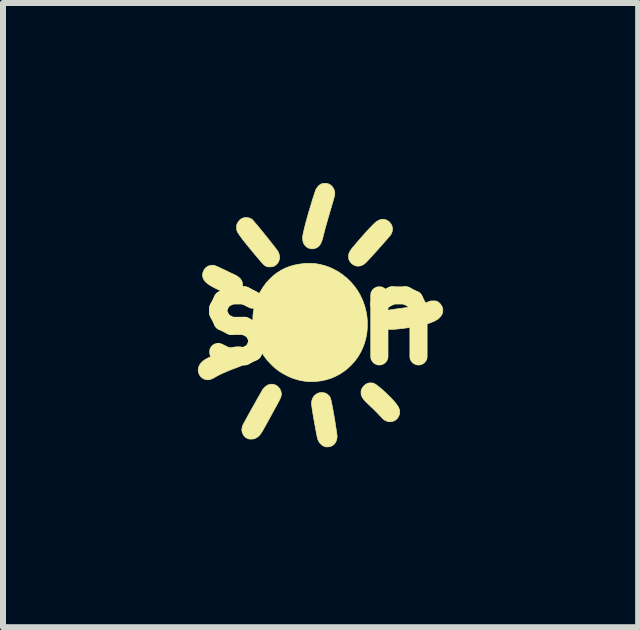
<source format=kicad_pcb>
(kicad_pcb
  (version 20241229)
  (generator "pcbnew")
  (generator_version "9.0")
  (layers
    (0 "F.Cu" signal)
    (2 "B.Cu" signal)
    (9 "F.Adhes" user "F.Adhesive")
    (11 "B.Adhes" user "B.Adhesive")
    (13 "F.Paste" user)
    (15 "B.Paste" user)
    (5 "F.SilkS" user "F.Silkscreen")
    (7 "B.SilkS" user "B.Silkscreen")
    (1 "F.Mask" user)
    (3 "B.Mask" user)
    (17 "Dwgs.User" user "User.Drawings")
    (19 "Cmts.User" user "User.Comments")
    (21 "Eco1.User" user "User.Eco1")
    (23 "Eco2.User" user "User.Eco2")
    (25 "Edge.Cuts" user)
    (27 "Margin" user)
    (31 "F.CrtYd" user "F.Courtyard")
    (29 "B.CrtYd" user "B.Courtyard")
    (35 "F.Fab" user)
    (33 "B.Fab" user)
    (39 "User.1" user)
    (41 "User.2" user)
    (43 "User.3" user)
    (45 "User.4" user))
  (footprint "sun"
    (layer "F.Cu")
    (at 2.293 2.2)
    (property "Reference" "sun" (at 0 0 0) (layer "F.SilkS") (effects (font (size 1.524 1.524) (thickness 0.3))))
    (attr through_hole)
    (fp_poly (pts (xy -1.769 -0.826) (xy -1.759 -0.822) (xy -1.743 -0.816) (xy -1.722 -0.807) (xy -1.697 -0.796) (xy -1.669 -0.783) (xy -1.639 -0.769) (xy -1.63 -0.764) (xy -1.597 -0.749) (xy -1.564 -0.733) (xy -1.532 -0.717) (xy -1.502 -0.703) (xy -1.477 -0.691) (xy -1.457 -0.682) (xy -1.456 -0.682) (xy -1.417 -0.663) (xy -1.384 -0.644) (xy -1.359 -0.625) (xy -1.338 -0.605) (xy -1.333 -0.599) (xy -1.314 -0.57) (xy -1.303 -0.537) (xy -1.3 -0.502) (xy -1.304 -0.466) (xy -1.316 -0.43) (xy -1.322 -0.417) (xy -1.342 -0.386) (xy -1.366 -0.362) (xy -1.389 -0.347) (xy -1.406 -0.339) (xy -1.42 -0.335) (xy -1.437 -0.332) (xy -1.448 -0.332) (xy -1.464 -0.332) (xy -1.479 -0.332) (xy -1.488 -0.333) (xy -1.488 -0.333) (xy -1.495 -0.335) (xy -1.508 -0.34) (xy -1.526 -0.347) (xy -1.546 -0.354) (xy -1.549 -0.356) (xy -1.619 -0.383) (xy -1.682 -0.411) (xy -1.74 -0.438) (xy -1.792 -0.465) (xy -1.837 -0.491) (xy -1.874 -0.516) (xy -1.905 -0.54) (xy -1.923 -0.558) (xy -1.945 -0.588) (xy -1.959 -0.619) (xy -1.967 -0.652) (xy -1.966 -0.684) (xy -1.965 -0.692) (xy -1.954 -0.728) (xy -1.937 -0.759) (xy -1.914 -0.786) (xy -1.887 -0.807) (xy -1.856 -0.821) (xy -1.823 -0.829) (xy -1.788 -0.829) (xy -1.769 -0.826)) (stroke (width 0.01) (type solid)) (fill yes) (layer "F.SilkS"))
    (fp_poly (pts (xy -1.352 0.531) (xy -1.336 0.532) (xy -1.324 0.534) (xy -1.314 0.536) (xy -1.304 0.541) (xy -1.295 0.545) (xy -1.265 0.564) (xy -1.241 0.588) (xy -1.224 0.617) (xy -1.212 0.648) (xy -1.208 0.681) (xy -1.21 0.715) (xy -1.219 0.748) (xy -1.235 0.778) (xy -1.245 0.793) (xy -1.256 0.805) (xy -1.269 0.817) (xy -1.283 0.827) (xy -1.302 0.838) (xy -1.325 0.848) (xy -1.353 0.86) (xy -1.389 0.874) (xy -1.399 0.878) (xy -1.467 0.903) (xy -1.527 0.927) (xy -1.581 0.95) (xy -1.63 0.971) (xy -1.673 0.991) (xy -1.712 1.011) (xy -1.748 1.031) (xy -1.761 1.039) (xy -1.794 1.057) (xy -1.824 1.07) (xy -1.85 1.078) (xy -1.874 1.081) (xy -1.899 1.08) (xy -1.913 1.077) (xy -1.946 1.066) (xy -1.977 1.047) (xy -2.002 1.022) (xy -2.021 0.993) (xy -2.034 0.959) (xy -2.04 0.926) (xy -2.037 0.893) (xy -2.032 0.871) (xy -2.018 0.837) (xy -1.996 0.805) (xy -1.977 0.785) (xy -1.962 0.771) (xy -1.946 0.759) (xy -1.929 0.747) (xy -1.909 0.735) (xy -1.884 0.721) (xy -1.855 0.706) (xy -1.779 0.669) (xy -1.697 0.633) (xy -1.61 0.598) (xy -1.515 0.562) (xy -1.441 0.537) (xy -1.428 0.534) (xy -1.408 0.532) (xy -1.383 0.531) (xy -1.374 0.531) (xy -1.352 0.531)) (stroke (width 0.01) (type solid)) (fill yes) (layer "F.SilkS"))
    (fp_poly (pts (xy 0.054 1.295) (xy 0.085 1.305) (xy 0.113 1.321) (xy 0.138 1.343) (xy 0.158 1.371) (xy 0.163 1.382) (xy 0.168 1.396) (xy 0.174 1.418) (xy 0.181 1.449) (xy 0.189 1.487) (xy 0.198 1.532) (xy 0.208 1.585) (xy 0.218 1.645) (xy 0.23 1.712) (xy 0.242 1.786) (xy 0.254 1.866) (xy 0.26 1.901) (xy 0.265 1.937) (xy 0.27 1.967) (xy 0.273 1.99) (xy 0.275 2.008) (xy 0.276 2.023) (xy 0.276 2.034) (xy 0.275 2.044) (xy 0.275 2.049) (xy 0.266 2.088) (xy 0.252 2.123) (xy 0.231 2.151) (xy 0.204 2.174) (xy 0.181 2.186) (xy 0.16 2.193) (xy 0.136 2.198) (xy 0.112 2.2) (xy 0.091 2.199) (xy 0.083 2.198) (xy 0.047 2.184) (xy 0.016 2.163) (xy -0.011 2.136) (xy -0.033 2.102) (xy -0.049 2.065) (xy -0.052 2.053) (xy -0.056 2.034) (xy -0.061 2.009) (xy -0.068 1.978) (xy -0.074 1.943) (xy -0.082 1.903) (xy -0.089 1.862) (xy -0.097 1.818) (xy -0.105 1.774) (xy -0.113 1.729) (xy -0.12 1.686) (xy -0.127 1.645) (xy -0.133 1.607) (xy -0.139 1.572) (xy -0.143 1.543) (xy -0.146 1.519) (xy -0.148 1.509) (xy -0.15 1.465) (xy -0.145 1.427) (xy -0.134 1.392) (xy -0.116 1.362) (xy -0.101 1.344) (xy -0.074 1.321) (xy -0.044 1.304) (xy -0.012 1.295) (xy 0.021 1.292) (xy 0.054 1.295)) (stroke (width 0.01) (type solid)) (fill yes) (layer "F.SilkS"))
    (fp_poly (pts (xy 0.855 1.133) (xy 0.872 1.135) (xy 0.888 1.14) (xy 0.904 1.148) (xy 0.923 1.159) (xy 0.944 1.175) (xy 0.97 1.196) (xy 0.972 1.196) (xy 1.022 1.238) (xy 1.07 1.281) (xy 1.115 1.323) (xy 1.158 1.365) (xy 1.196 1.405) (xy 1.231 1.444) (xy 1.26 1.479) (xy 1.283 1.512) (xy 1.301 1.54) (xy 1.302 1.544) (xy 1.315 1.577) (xy 1.32 1.611) (xy 1.318 1.645) (xy 1.315 1.658) (xy 1.301 1.692) (xy 1.282 1.722) (xy 1.258 1.746) (xy 1.23 1.764) (xy 1.198 1.776) (xy 1.165 1.781) (xy 1.13 1.778) (xy 1.111 1.772) (xy 1.094 1.766) (xy 1.079 1.759) (xy 1.065 1.751) (xy 1.051 1.74) (xy 1.035 1.726) (xy 1.017 1.707) (xy 0.994 1.683) (xy 0.989 1.678) (xy 0.969 1.656) (xy 0.944 1.63) (xy 0.917 1.603) (xy 0.889 1.575) (xy 0.862 1.549) (xy 0.852 1.54) (xy 0.817 1.507) (xy 0.789 1.48) (xy 0.765 1.457) (xy 0.746 1.438) (xy 0.731 1.421) (xy 0.718 1.407) (xy 0.709 1.394) (xy 0.701 1.382) (xy 0.694 1.37) (xy 0.692 1.365) (xy 0.684 1.348) (xy 0.679 1.335) (xy 0.676 1.322) (xy 0.675 1.307) (xy 0.675 1.293) (xy 0.676 1.273) (xy 0.677 1.259) (xy 0.681 1.247) (xy 0.686 1.233) (xy 0.688 1.23) (xy 0.704 1.204) (xy 0.725 1.179) (xy 0.75 1.158) (xy 0.773 1.145) (xy 0.787 1.139) (xy 0.799 1.135) (xy 0.813 1.133) (xy 0.832 1.133) (xy 0.836 1.133) (xy 0.855 1.133)) (stroke (width 0.01) (type solid)) (fill yes) (layer "F.SilkS"))
    (fp_poly (pts (xy 1.07 -1.592) (xy 1.101 -1.581) (xy 1.13 -1.564) (xy 1.156 -1.542) (xy 1.164 -1.532) (xy 1.184 -1.501) (xy 1.196 -1.467) (xy 1.2 -1.432) (xy 1.196 -1.397) (xy 1.183 -1.361) (xy 1.169 -1.335) (xy 1.163 -1.327) (xy 1.152 -1.315) (xy 1.137 -1.297) (xy 1.118 -1.274) (xy 1.096 -1.249) (xy 1.07 -1.22) (xy 1.043 -1.189) (xy 1.014 -1.156) (xy 0.984 -1.122) (xy 0.954 -1.088) (xy 0.923 -1.054) (xy 0.894 -1.022) (xy 0.866 -0.991) (xy 0.84 -0.962) (xy 0.816 -0.936) (xy 0.795 -0.914) (xy 0.779 -0.896) (xy 0.767 -0.884) (xy 0.739 -0.858) (xy 0.713 -0.839) (xy 0.688 -0.826) (xy 0.661 -0.818) (xy 0.657 -0.817) (xy 0.632 -0.814) (xy 0.61 -0.814) (xy 0.592 -0.817) (xy 0.56 -0.829) (xy 0.531 -0.847) (xy 0.505 -0.871) (xy 0.485 -0.899) (xy 0.48 -0.908) (xy 0.474 -0.921) (xy 0.471 -0.933) (xy 0.469 -0.945) (xy 0.468 -0.962) (xy 0.468 -0.974) (xy 0.468 -0.994) (xy 0.469 -1.008) (xy 0.472 -1.02) (xy 0.477 -1.033) (xy 0.482 -1.043) (xy 0.487 -1.055) (xy 0.493 -1.065) (xy 0.5 -1.076) (xy 0.508 -1.088) (xy 0.518 -1.102) (xy 0.531 -1.119) (xy 0.548 -1.138) (xy 0.568 -1.162) (xy 0.592 -1.191) (xy 0.618 -1.221) (xy 0.673 -1.285) (xy 0.724 -1.342) (xy 0.77 -1.394) (xy 0.811 -1.438) (xy 0.848 -1.477) (xy 0.879 -1.509) (xy 0.906 -1.534) (xy 0.928 -1.552) (xy 0.941 -1.562) (xy 0.965 -1.576) (xy 0.992 -1.587) (xy 1.018 -1.594) (xy 1.039 -1.596) (xy 1.07 -1.592)) (stroke (width 0.01) (type solid)) (fill yes) (layer "F.SilkS"))
    (fp_poly (pts (xy -1.215 -1.623) (xy -1.181 -1.614) (xy -1.15 -1.599) (xy -1.141 -1.593) (xy -1.135 -1.587) (xy -1.123 -1.574) (xy -1.108 -1.556) (xy -1.089 -1.534) (xy -1.066 -1.507) (xy -1.041 -1.478) (xy -1.014 -1.445) (xy -0.986 -1.41) (xy -0.956 -1.374) (xy -0.926 -1.336) (xy -0.896 -1.299) (xy -0.866 -1.262) (xy -0.838 -1.226) (xy -0.811 -1.192) (xy -0.786 -1.16) (xy -0.763 -1.131) (xy -0.744 -1.106) (xy -0.729 -1.086) (xy -0.717 -1.07) (xy -0.71 -1.06) (xy -0.71 -1.058) (xy -0.701 -1.04) (xy -0.693 -1.019) (xy -0.688 -1.003) (xy -0.682 -0.967) (xy -0.685 -0.932) (xy -0.695 -0.898) (xy -0.712 -0.867) (xy -0.735 -0.841) (xy -0.764 -0.82) (xy -0.774 -0.814) (xy -0.787 -0.808) (xy -0.8 -0.805) (xy -0.814 -0.803) (xy -0.834 -0.801) (xy -0.838 -0.801) (xy -0.865 -0.801) (xy -0.885 -0.804) (xy -0.895 -0.806) (xy -0.906 -0.811) (xy -0.916 -0.816) (xy -0.926 -0.822) (xy -0.936 -0.83) (xy -0.948 -0.84) (xy -0.961 -0.854) (xy -0.977 -0.871) (xy -0.997 -0.893) (xy -1.02 -0.92) (xy -1.047 -0.952) (xy -1.06 -0.967) (xy -1.117 -1.035) (xy -1.169 -1.098) (xy -1.215 -1.155) (xy -1.257 -1.206) (xy -1.293 -1.252) (xy -1.323 -1.293) (xy -1.348 -1.327) (xy -1.367 -1.355) (xy -1.381 -1.378) (xy -1.385 -1.387) (xy -1.392 -1.401) (xy -1.396 -1.413) (xy -1.398 -1.425) (xy -1.399 -1.441) (xy -1.399 -1.458) (xy -1.399 -1.479) (xy -1.398 -1.493) (xy -1.396 -1.505) (xy -1.391 -1.516) (xy -1.385 -1.53) (xy -1.364 -1.563) (xy -1.339 -1.59) (xy -1.31 -1.609) (xy -1.276 -1.621) (xy -1.25 -1.625) (xy -1.215 -1.623)) (stroke (width 0.01) (type solid)) (fill yes) (layer "F.SilkS"))
    (fp_poly (pts (xy 0.107 -2.193) (xy 0.135 -2.184) (xy 0.136 -2.184) (xy 0.164 -2.168) (xy 0.186 -2.151) (xy 0.203 -2.129) (xy 0.206 -2.126) (xy 0.221 -2.1) (xy 0.231 -2.073) (xy 0.237 -2.042) (xy 0.237 -2.04) (xy 0.238 -2.033) (xy 0.238 -2.025) (xy 0.238 -2.017) (xy 0.237 -2.007) (xy 0.234 -1.995) (xy 0.231 -1.98) (xy 0.227 -1.962) (xy 0.221 -1.94) (xy 0.213 -1.912) (xy 0.204 -1.879) (xy 0.192 -1.84) (xy 0.179 -1.794) (xy 0.167 -1.755) (xy 0.148 -1.691) (xy 0.132 -1.633) (xy 0.117 -1.582) (xy 0.104 -1.536) (xy 0.092 -1.494) (xy 0.081 -1.455) (xy 0.071 -1.418) (xy 0.062 -1.381) (xy 0.053 -1.346) (xy 0.043 -1.306) (xy 0.034 -1.273) (xy 0.026 -1.247) (xy 0.018 -1.225) (xy 0.01 -1.206) (xy 0.002 -1.191) (xy -0.006 -1.176) (xy -0.009 -1.171) (xy -0.032 -1.144) (xy -0.06 -1.123) (xy -0.092 -1.109) (xy -0.125 -1.102) (xy -0.16 -1.103) (xy -0.169 -1.105) (xy -0.204 -1.116) (xy -0.234 -1.134) (xy -0.259 -1.158) (xy -0.279 -1.187) (xy -0.292 -1.221) (xy -0.298 -1.259) (xy -0.298 -1.3) (xy -0.297 -1.314) (xy -0.294 -1.334) (xy -0.288 -1.361) (xy -0.281 -1.393) (xy -0.273 -1.43) (xy -0.263 -1.471) (xy -0.252 -1.513) (xy -0.241 -1.557) (xy -0.229 -1.6) (xy -0.222 -1.623) (xy -0.209 -1.671) (xy -0.195 -1.719) (xy -0.181 -1.767) (xy -0.166 -1.815) (xy -0.152 -1.862) (xy -0.139 -1.907) (xy -0.126 -1.948) (xy -0.113 -1.986) (xy -0.103 -2.02) (xy -0.093 -2.048) (xy -0.085 -2.071) (xy -0.08 -2.086) (xy -0.077 -2.091) (xy -0.059 -2.121) (xy -0.037 -2.148) (xy -0.013 -2.169) (xy 0.013 -2.184) (xy 0.015 -2.185) (xy 0.045 -2.193) (xy 0.076 -2.195) (xy 0.107 -2.193)) (stroke (width 0.01) (type solid)) (fill yes) (layer "F.SilkS"))
    (fp_poly (pts (xy 1.88 -0.234) (xy 1.902 -0.234) (xy 1.917 -0.233) (xy 1.93 -0.231) (xy 1.941 -0.227) (xy 1.944 -0.225) (xy 1.973 -0.207) (xy 1.999 -0.181) (xy 2.02 -0.149) (xy 2.022 -0.145) (xy 2.03 -0.128) (xy 2.035 -0.115) (xy 2.037 -0.102) (xy 2.038 -0.085) (xy 2.038 -0.076) (xy 2.038 -0.057) (xy 2.037 -0.044) (xy 2.033 -0.031) (xy 2.027 -0.017) (xy 2.022 -0.008) (xy 2.006 0.019) (xy 1.985 0.044) (xy 1.958 0.067) (xy 1.926 0.088) (xy 1.887 0.108) (xy 1.841 0.127) (xy 1.787 0.145) (xy 1.726 0.162) (xy 1.7 0.169) (xy 1.638 0.183) (xy 1.57 0.196) (xy 1.496 0.208) (xy 1.413 0.219) (xy 1.323 0.23) (xy 1.295 0.233) (xy 1.251 0.237) (xy 1.214 0.24) (xy 1.183 0.241) (xy 1.158 0.24) (xy 1.138 0.239) (xy 1.121 0.235) (xy 1.113 0.233) (xy 1.08 0.217) (xy 1.052 0.196) (xy 1.03 0.171) (xy 1.014 0.143) (xy 1.004 0.113) (xy 1 0.082) (xy 1.003 0.05) (xy 1.011 0.02) (xy 1.026 -0.008) (xy 1.047 -0.034) (xy 1.075 -0.056) (xy 1.087 -0.062) (xy 1.095 -0.067) (xy 1.104 -0.071) (xy 1.112 -0.074) (xy 1.122 -0.077) (xy 1.134 -0.08) (xy 1.149 -0.083) (xy 1.168 -0.086) (xy 1.191 -0.09) (xy 1.22 -0.094) (xy 1.254 -0.099) (xy 1.296 -0.105) (xy 1.338 -0.11) (xy 1.371 -0.115) (xy 1.402 -0.119) (xy 1.431 -0.123) (xy 1.455 -0.126) (xy 1.474 -0.129) (xy 1.487 -0.131) (xy 1.488 -0.131) (xy 1.539 -0.141) (xy 1.589 -0.152) (xy 1.637 -0.164) (xy 1.682 -0.176) (xy 1.721 -0.189) (xy 1.75 -0.2) (xy 1.777 -0.211) (xy 1.798 -0.22) (xy 1.815 -0.226) (xy 1.827 -0.23) (xy 1.838 -0.233) (xy 1.849 -0.234) (xy 1.86 -0.234) (xy 1.874 -0.234) (xy 1.88 -0.234)) (stroke (width 0.01) (type solid)) (fill yes) (layer "F.SilkS"))
    (fp_poly (pts (xy -0.791 1.155) (xy -0.756 1.165) (xy -0.725 1.182) (xy -0.699 1.205) (xy -0.677 1.234) (xy -0.662 1.268) (xy -0.656 1.29) (xy -0.653 1.306) (xy -0.652 1.319) (xy -0.654 1.333) (xy -0.657 1.351) (xy -0.659 1.357) (xy -0.661 1.364) (xy -0.663 1.372) (xy -0.667 1.382) (xy -0.672 1.393) (xy -0.679 1.407) (xy -0.688 1.424) (xy -0.698 1.444) (xy -0.711 1.469) (xy -0.727 1.498) (xy -0.746 1.533) (xy -0.768 1.573) (xy -0.794 1.62) (xy -0.823 1.673) (xy -0.826 1.68) (xy -0.856 1.734) (xy -0.882 1.781) (xy -0.905 1.822) (xy -0.924 1.857) (xy -0.941 1.887) (xy -0.955 1.912) (xy -0.967 1.932) (xy -0.977 1.95) (xy -0.986 1.963) (xy -0.993 1.975) (xy -1 1.984) (xy -1.005 1.992) (xy -1.011 1.998) (xy -1.016 2.004) (xy -1.018 2.005) (xy -1.037 2.025) (xy -1.056 2.039) (xy -1.076 2.051) (xy -1.079 2.052) (xy -1.095 2.06) (xy -1.107 2.064) (xy -1.12 2.067) (xy -1.137 2.068) (xy -1.151 2.069) (xy -1.173 2.069) (xy -1.189 2.068) (xy -1.201 2.065) (xy -1.209 2.063) (xy -1.229 2.053) (xy -1.245 2.044) (xy -1.258 2.033) (xy -1.27 2.021) (xy -1.291 1.992) (xy -1.305 1.959) (xy -1.312 1.924) (xy -1.31 1.888) (xy -1.301 1.851) (xy -1.297 1.839) (xy -1.293 1.831) (xy -1.285 1.817) (xy -1.274 1.796) (xy -1.26 1.771) (xy -1.244 1.741) (xy -1.225 1.707) (xy -1.205 1.67) (xy -1.183 1.63) (xy -1.16 1.59) (xy -1.137 1.548) (xy -1.113 1.506) (xy -1.09 1.465) (xy -1.068 1.425) (xy -1.047 1.387) (xy -1.027 1.352) (xy -1.009 1.321) (xy -0.993 1.294) (xy -0.98 1.271) (xy -0.971 1.254) (xy -0.964 1.244) (xy -0.963 1.242) (xy -0.935 1.208) (xy -0.905 1.183) (xy -0.873 1.165) (xy -0.84 1.155) (xy -0.805 1.154) (xy -0.791 1.155)) (stroke (width 0.01) (type solid)) (fill yes) (layer "F.SilkS"))
    (fp_poly (pts (xy -0.078 -0.855) (xy 0.004 -0.84) (xy 0.084 -0.818) (xy 0.163 -0.789) (xy 0.238 -0.753) (xy 0.311 -0.711) (xy 0.38 -0.662) (xy 0.446 -0.607) (xy 0.507 -0.547) (xy 0.563 -0.481) (xy 0.614 -0.411) (xy 0.659 -0.335) (xy 0.697 -0.256) (xy 0.708 -0.229) (xy 0.738 -0.143) (xy 0.76 -0.055) (xy 0.775 0.034) (xy 0.781 0.124) (xy 0.78 0.214) (xy 0.772 0.303) (xy 0.755 0.391) (xy 0.731 0.476) (xy 0.708 0.538) (xy 0.671 0.618) (xy 0.627 0.693) (xy 0.576 0.763) (xy 0.52 0.827) (xy 0.459 0.886) (xy 0.393 0.938) (xy 0.322 0.985) (xy 0.248 1.024) (xy 0.17 1.057) (xy 0.088 1.082) (xy 0.004 1.099) (xy -0.082 1.109) (xy -0.12 1.111) (xy -0.145 1.111) (xy -0.168 1.112) (xy -0.187 1.112) (xy -0.201 1.111) (xy -0.205 1.111) (xy -0.278 1.102) (xy -0.345 1.09) (xy -0.408 1.073) (xy -0.469 1.053) (xy -0.531 1.027) (xy -0.552 1.017) (xy -0.617 0.983) (xy -0.676 0.947) (xy -0.731 0.907) (xy -0.784 0.862) (xy -0.814 0.834) (xy -0.874 0.772) (xy -0.926 0.707) (xy -0.972 0.639) (xy -1.014 0.565) (xy -1.022 0.548) (xy -1.05 0.488) (xy -1.072 0.431) (xy -1.091 0.375) (xy -1.106 0.315) (xy -1.119 0.25) (xy -1.123 0.219) (xy -1.126 0.182) (xy -1.128 0.141) (xy -1.129 0.098) (xy -1.128 0.055) (xy -1.127 0.014) (xy -1.124 -0.022) (xy -1.12 -0.053) (xy -1.12 -0.053) (xy -1.106 -0.128) (xy -1.087 -0.199) (xy -1.062 -0.266) (xy -1.032 -0.334) (xy -1.029 -0.341) (xy -0.991 -0.411) (xy -0.95 -0.475) (xy -0.905 -0.535) (xy -0.852 -0.593) (xy -0.849 -0.596) (xy -0.789 -0.653) (xy -0.727 -0.702) (xy -0.66 -0.744) (xy -0.59 -0.78) (xy -0.515 -0.809) (xy -0.435 -0.832) (xy -0.35 -0.848) (xy -0.259 -0.859) (xy -0.244 -0.86) (xy -0.161 -0.861) (xy -0.078 -0.855)) (stroke (width 0.01) (type solid)) (fill yes) (layer "F.SilkS")))
  (gr_rect
    (start -3 -3)
    (end 7.587 7.405)
    (stroke (width 0.1) (type default))
    (fill no)
    (layer "Edge.Cuts")))
</source>
